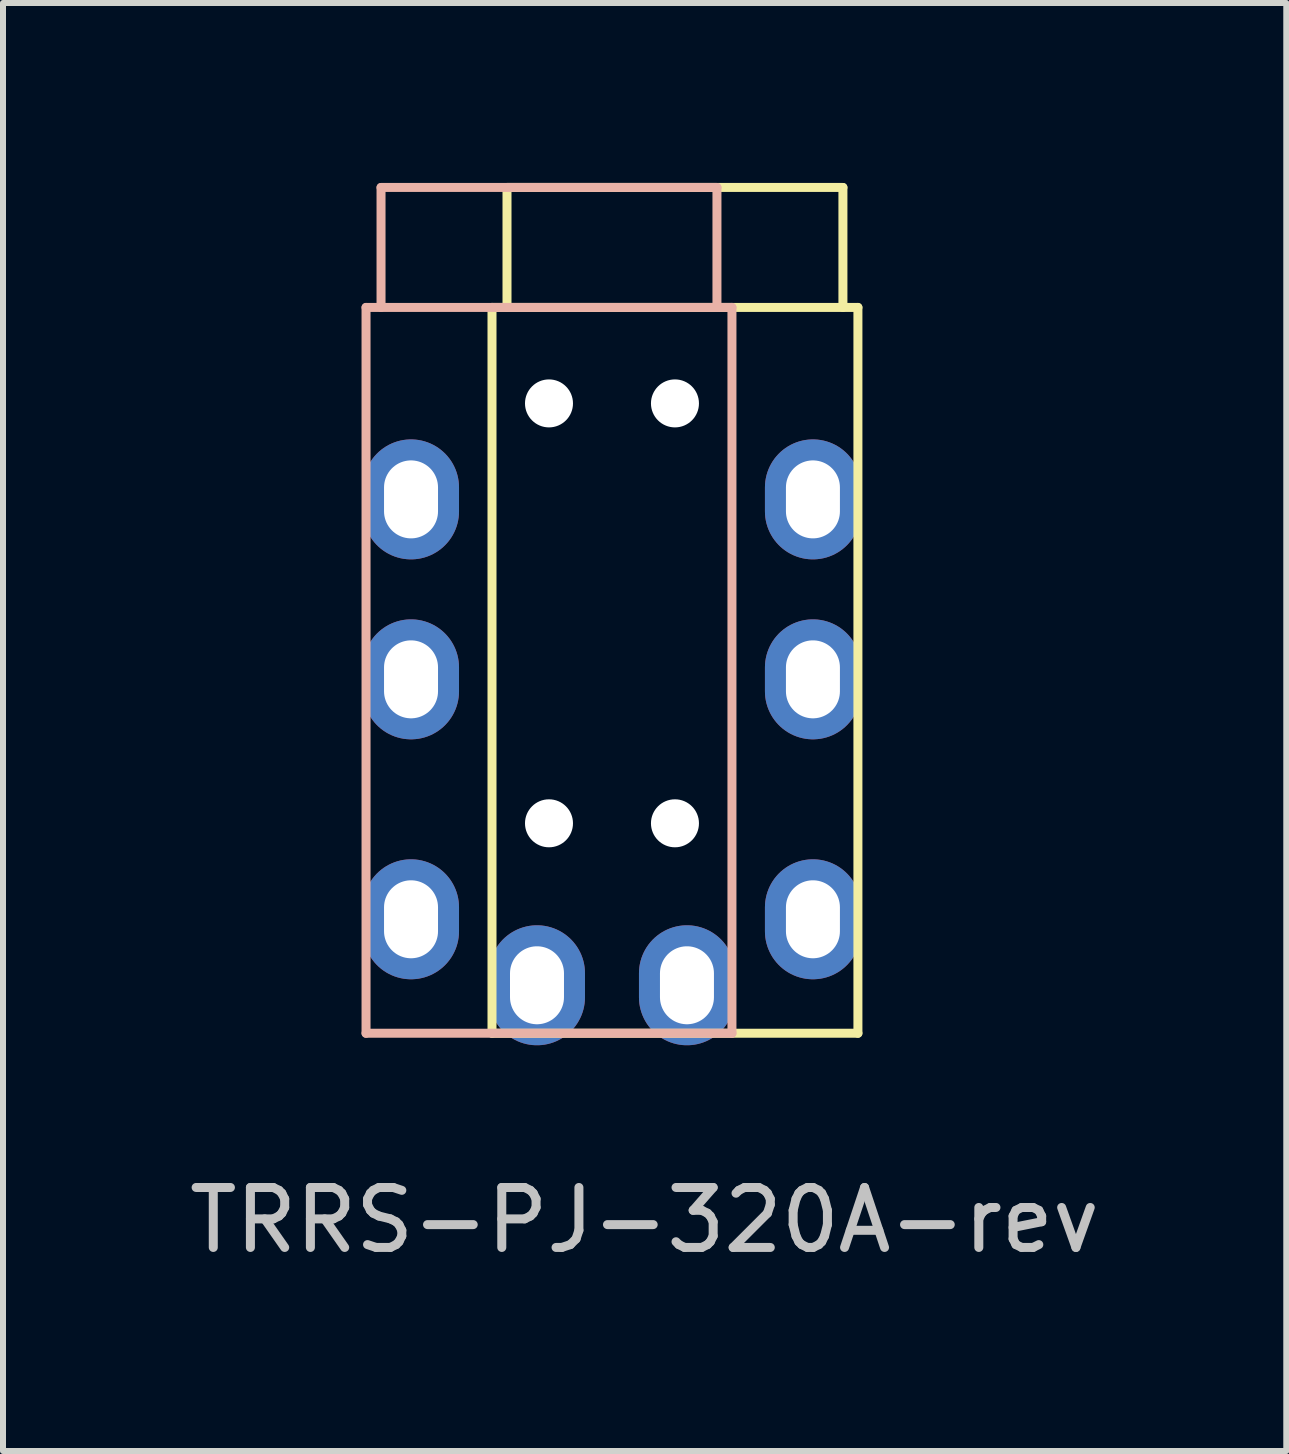
<source format=kicad_pcb>
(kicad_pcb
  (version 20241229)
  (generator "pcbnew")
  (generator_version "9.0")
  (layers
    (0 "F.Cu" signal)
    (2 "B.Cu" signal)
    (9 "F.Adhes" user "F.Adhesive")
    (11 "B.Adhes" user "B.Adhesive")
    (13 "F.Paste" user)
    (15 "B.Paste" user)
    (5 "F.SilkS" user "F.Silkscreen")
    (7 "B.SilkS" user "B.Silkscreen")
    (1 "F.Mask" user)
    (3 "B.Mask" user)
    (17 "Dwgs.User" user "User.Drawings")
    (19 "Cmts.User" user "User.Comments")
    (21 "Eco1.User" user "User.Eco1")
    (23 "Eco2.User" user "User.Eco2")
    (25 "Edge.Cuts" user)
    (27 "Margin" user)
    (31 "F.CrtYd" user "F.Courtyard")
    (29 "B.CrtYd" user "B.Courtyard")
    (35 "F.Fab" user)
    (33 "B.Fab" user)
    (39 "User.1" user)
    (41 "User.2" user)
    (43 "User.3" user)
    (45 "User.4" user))
  (footprint "TRRS-PJ-320A-rev"
    (layer "F.Cu")
    (at 7.696 3.091)
    (property "Reference" "TRRS-PJ-320A-rev" (at 0 14.2 0) (layer "Dwgs.User") (effects (font (size 1 1) (thickness 0.15))))
    (attr through_hole)
    (fp_line (start -2.544 -1.016) (end -2.544 11.084) (stroke (width 0.15) (type solid)) (layer "F.SilkS"))
    (fp_line (start -2.294 -1.016) (end -2.294 -3.016) (stroke (width 0.15) (type solid)) (layer "F.SilkS"))
    (fp_line (start 3.306 -3.016) (end -2.294 -3.016) (stroke (width 0.15) (type solid)) (layer "F.SilkS"))
    (fp_line (start 3.306 -1.016) (end 3.306 -3.016) (stroke (width 0.15) (type solid)) (layer "F.SilkS"))
    (fp_line (start 3.556 -1.016) (end -2.544 -1.016) (stroke (width 0.15) (type solid)) (layer "F.SilkS"))
    (fp_line (start 3.556 -1.016) (end 3.556 11.084) (stroke (width 0.15) (type solid)) (layer "F.SilkS"))
    (fp_line (start 3.556 11.084) (end -2.544 11.084) (stroke (width 0.15) (type solid)) (layer "F.SilkS"))
    (fp_line (start -4.644 -1.016) (end -4.644 11.084) (stroke (width 0.15) (type solid)) (layer "B.SilkS"))
    (fp_line (start -4.644 -1.016) (end 1.456 -1.016) (stroke (width 0.15) (type solid)) (layer "B.SilkS"))
    (fp_line (start -4.644 11.084) (end 1.456 11.084) (stroke (width 0.15) (type solid)) (layer "B.SilkS"))
    (fp_line (start -4.394 -3.016) (end 1.206 -3.016) (stroke (width 0.15) (type solid)) (layer "B.SilkS"))
    (fp_line (start -4.394 -1.016) (end -4.394 -3.016) (stroke (width 0.15) (type solid)) (layer "B.SilkS"))
    (fp_line (start 1.206 -1.016) (end 1.206 -3.016) (stroke (width 0.15) (type solid)) (layer "B.SilkS"))
    (fp_line (start 1.456 -1.016) (end 1.456 11.084) (stroke (width 0.15) (type solid)) (layer "B.SilkS"))
    (pad "" np_thru_hole circle (at -1.594 0.584) (size 0.8 0.8) (drill 0.8) (layers "*.Cu" "*.Mask"))
    (pad "" np_thru_hole circle (at -1.594 7.584) (size 0.8 0.8) (drill 0.8) (layers "*.Cu" "*.Mask"))
    (pad "" np_thru_hole circle (at 0.506 0.584) (size 0.8 0.8) (drill 0.8) (layers "*.Cu" "*.Mask"))
    (pad "" np_thru_hole circle (at 0.506 7.584) (size 0.8 0.8) (drill 0.8) (layers "*.Cu" "*.Mask"))
    (pad "1" thru_hole oval (at -1.794 10.284) (size 1.6 2) (drill oval 0.9 1.3) (layers "*.Cu" "*.Mask"))
    (pad "1" thru_hole oval (at 0.706 10.284) (size 1.6 2) (drill oval 0.9 1.3) (layers "*.Cu" "*.Mask"))
    (pad "2" thru_hole oval (at -3.894 9.184) (size 1.6 2) (drill oval 0.9 1.3) (layers "*.Cu" "*.Mask"))
    (pad "2" thru_hole oval (at 2.806 9.184) (size 1.6 2) (drill oval 0.9 1.3) (layers "*.Cu" "*.Mask"))
    (pad "3" thru_hole oval (at -3.894 5.184) (size 1.6 2) (drill oval 0.9 1.3) (layers "*.Cu" "*.Mask"))
    (pad "3" thru_hole oval (at 2.806 2.184) (size 1.6 2) (drill oval 0.9 1.3) (layers "*.Cu" "*.Mask"))
    (pad "4" thru_hole oval (at -3.894 2.184) (size 1.6 2) (drill oval 0.9 1.3) (layers "*.Cu" "*.Mask"))
    (pad "4" thru_hole oval (at 2.806 5.184) (size 1.6 2) (drill oval 0.9 1.3) (layers "*.Cu" "*.Mask")))
  (gr_rect
    (start -3 -3)
    (end 18.393 21.139)
    (stroke (width 0.1) (type default))
    (fill no)
    (layer "Edge.Cuts")))
</source>
